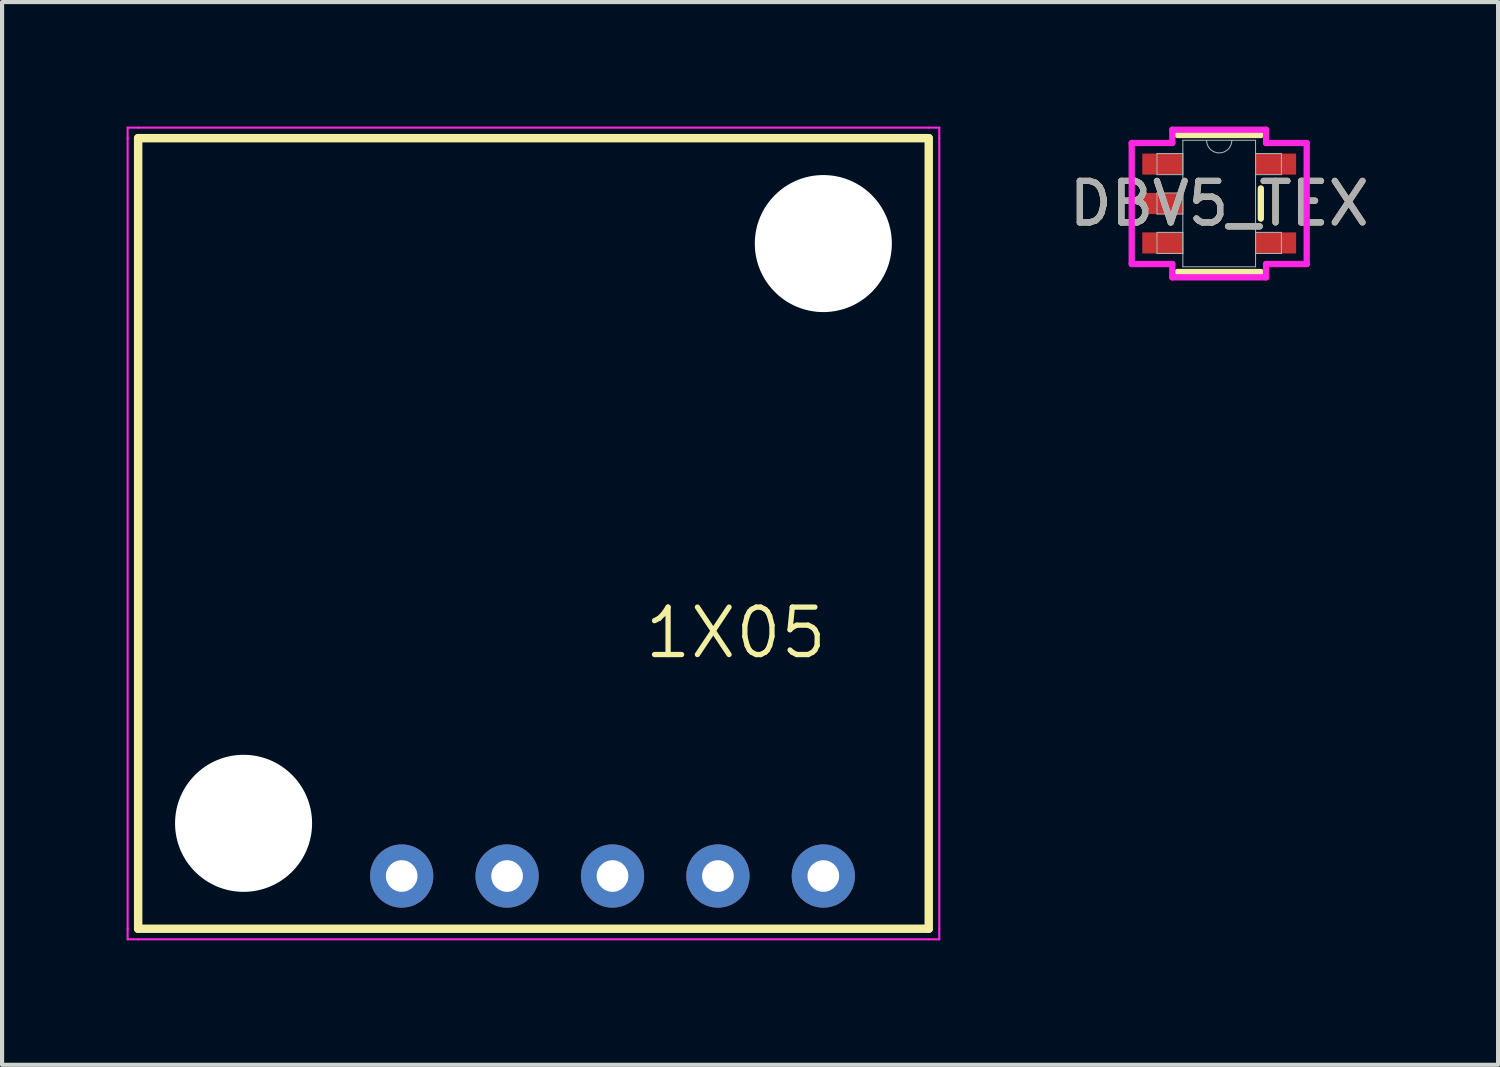
<source format=kicad_pcb>
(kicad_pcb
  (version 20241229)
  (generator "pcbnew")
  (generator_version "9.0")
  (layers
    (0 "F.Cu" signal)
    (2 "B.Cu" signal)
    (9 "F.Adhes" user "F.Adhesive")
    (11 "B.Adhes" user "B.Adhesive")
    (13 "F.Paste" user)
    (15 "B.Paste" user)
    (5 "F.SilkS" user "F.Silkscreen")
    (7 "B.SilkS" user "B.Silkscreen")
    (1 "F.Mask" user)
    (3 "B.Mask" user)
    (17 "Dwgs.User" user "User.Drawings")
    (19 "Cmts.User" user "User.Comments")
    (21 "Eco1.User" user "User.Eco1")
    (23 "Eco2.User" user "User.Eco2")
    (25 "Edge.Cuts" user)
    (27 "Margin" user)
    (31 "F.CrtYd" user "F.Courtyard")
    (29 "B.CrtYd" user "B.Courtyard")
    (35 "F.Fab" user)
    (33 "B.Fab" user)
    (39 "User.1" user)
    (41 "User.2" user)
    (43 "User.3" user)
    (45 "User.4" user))
  (footprint "1X05"
    (layer "F.Cu")
    (at 8.534 13.36)
    (property "Reference" "1X05" (at 3.886 -1.829 0) (layer "F.SilkS") (effects (font (size 1.143 1.143) (thickness 0.127)) (justify left top)))
    (fp_line (start -8.255 -13.081) (end 10.795 -13.081) (stroke (width 0.203) (type solid)) (layer "F.SilkS"))
    (fp_line (start -8.255 5.969) (end -8.255 -13.081) (stroke (width 0.203) (type solid)) (layer "F.SilkS"))
    (fp_line (start -8.255 5.969) (end 10.795 5.969) (stroke (width 0.203) (type solid)) (layer "F.SilkS"))
    (fp_line (start 10.795 5.969) (end 10.795 -13.081) (stroke (width 0.203) (type solid)) (layer "F.SilkS"))
    (fp_line (start -8.509 -13.335) (end -8.509 -13.081) (stroke (width 0.05) (type default)) (layer "F.CrtYd"))
    (fp_line (start -8.509 -13.081) (end -8.509 5.969) (stroke (width 0.05) (type default)) (layer "F.CrtYd"))
    (fp_line (start -8.509 5.969) (end -8.509 6.223) (stroke (width 0.05) (type default)) (layer "F.CrtYd"))
    (fp_line (start -8.509 6.223) (end -8.255 6.223) (stroke (width 0.05) (type default)) (layer "F.CrtYd"))
    (fp_line (start -8.255 -13.335) (end -8.509 -13.335) (stroke (width 0.05) (type default)) (layer "F.CrtYd"))
    (fp_line (start -8.255 6.223) (end 10.795 6.223) (stroke (width 0.05) (type default)) (layer "F.CrtYd"))
    (fp_line (start 10.795 -13.335) (end -8.255 -13.335) (stroke (width 0.05) (type default)) (layer "F.CrtYd"))
    (fp_line (start 10.795 -13.335) (end 11.049 -13.335) (stroke (width 0.05) (type default)) (layer "F.CrtYd"))
    (fp_line (start 11.049 -13.335) (end 11.049 -13.081) (stroke (width 0.05) (type default)) (layer "F.CrtYd"))
    (fp_line (start 11.049 -13.081) (end 11.049 5.969) (stroke (width 0.05) (type default)) (layer "F.CrtYd"))
    (fp_line (start 11.049 5.969) (end 11.049 6.223) (stroke (width 0.05) (type default)) (layer "F.CrtYd"))
    (fp_line (start 11.049 6.223) (end 10.795 6.223) (stroke (width 0.05) (type default)) (layer "F.CrtYd"))
    (pad "" np_thru_hole circle (at -5.715 3.429) (size 3.302 3.302) (drill 3.302) (layers "*.Cu" "*.Mask"))
    (pad "" np_thru_hole circle (at 8.255 -10.541) (size 3.302 3.302) (drill 3.302) (layers "*.Cu" "*.Mask"))
    (pad "1" thru_hole circle (at -1.905 4.699) (size 1.524 1.524) (drill 0.762) (layers "*.Cu" "*.Mask"))
    (pad "2" thru_hole circle (at 0.635 4.699) (size 1.524 1.524) (drill 0.762) (layers "*.Cu" "*.Mask"))
    (pad "3" thru_hole circle (at 3.175 4.699) (size 1.524 1.524) (drill 0.762) (layers "*.Cu" "*.Mask"))
    (pad "4" thru_hole circle (at 5.715 4.699) (size 1.524 1.524) (drill 0.762) (layers "*.Cu" "*.Mask"))
    (pad "5" thru_hole circle (at 8.255 4.699) (size 1.524 1.524) (drill 0.762) (layers "*.Cu" "*.Mask")))
  (footprint "DBV5_TEX"
    (layer "F.Cu")
    (at 26.328 1.854)
    (property "Reference" "DBV5_TEX" (at 0 0 0) (unlocked yes) (layer "F.SilkS") (effects (font (size 1 1) (thickness 0.15))))
    (attr smd)
    (fp_line (start -1.003 1.651) (end 1.003 1.651) (stroke (width 0.152) (type solid)) (layer "F.SilkS"))
    (fp_line (start 1.003 -1.651) (end -1.003 -1.651) (stroke (width 0.152) (type solid)) (layer "F.SilkS"))
    (fp_line (start 1.003 0.363) (end 1.003 -0.363) (stroke (width 0.152) (type solid)) (layer "F.SilkS"))
    (fp_line (start -2.108 -1.458) (end -1.13 -1.458) (stroke (width 0.152) (type solid)) (layer "F.CrtYd"))
    (fp_line (start -2.108 1.458) (end -2.108 -1.458) (stroke (width 0.152) (type solid)) (layer "F.CrtYd"))
    (fp_line (start -1.13 -1.778) (end 1.13 -1.778) (stroke (width 0.152) (type solid)) (layer "F.CrtYd"))
    (fp_line (start -1.13 -1.458) (end -1.13 -1.778) (stroke (width 0.152) (type solid)) (layer "F.CrtYd"))
    (fp_line (start -1.13 1.458) (end -2.108 1.458) (stroke (width 0.152) (type solid)) (layer "F.CrtYd"))
    (fp_line (start -1.13 1.778) (end -1.13 1.458) (stroke (width 0.152) (type solid)) (layer "F.CrtYd"))
    (fp_line (start 1.13 -1.778) (end 1.13 -1.458) (stroke (width 0.152) (type solid)) (layer "F.CrtYd"))
    (fp_line (start 1.13 -1.458) (end 2.108 -1.458) (stroke (width 0.152) (type solid)) (layer "F.CrtYd"))
    (fp_line (start 1.13 1.458) (end 1.13 1.778) (stroke (width 0.152) (type solid)) (layer "F.CrtYd"))
    (fp_line (start 1.13 1.778) (end -1.13 1.778) (stroke (width 0.152) (type solid)) (layer "F.CrtYd"))
    (fp_line (start 2.108 -1.458) (end 2.108 1.458) (stroke (width 0.152) (type solid)) (layer "F.CrtYd"))
    (fp_line (start 2.108 1.458) (end 1.13 1.458) (stroke (width 0.152) (type solid)) (layer "F.CrtYd"))
    (fp_line (start -1.499 -1.204) (end -1.499 -0.696) (stroke (width 0.025) (type solid)) (layer "F.Fab"))
    (fp_line (start -1.499 -0.696) (end -0.876 -0.696) (stroke (width 0.025) (type solid)) (layer "F.Fab"))
    (fp_line (start -1.499 -0.254) (end -1.499 0.254) (stroke (width 0.025) (type solid)) (layer "F.Fab"))
    (fp_line (start -1.499 0.254) (end -0.876 0.254) (stroke (width 0.025) (type solid)) (layer "F.Fab"))
    (fp_line (start -1.499 0.696) (end -1.499 1.204) (stroke (width 0.025) (type solid)) (layer "F.Fab"))
    (fp_line (start -1.499 1.204) (end -0.876 1.204) (stroke (width 0.025) (type solid)) (layer "F.Fab"))
    (fp_line (start -0.876 -1.524) (end -0.876 1.524) (stroke (width 0.025) (type solid)) (layer "F.Fab"))
    (fp_line (start -0.876 -1.204) (end -1.499 -1.204) (stroke (width 0.025) (type solid)) (layer "F.Fab"))
    (fp_line (start -0.876 -0.696) (end -0.876 -1.204) (stroke (width 0.025) (type solid)) (layer "F.Fab"))
    (fp_line (start -0.876 -0.254) (end -1.499 -0.254) (stroke (width 0.025) (type solid)) (layer "F.Fab"))
    (fp_line (start -0.876 0.254) (end -0.876 -0.254) (stroke (width 0.025) (type solid)) (layer "F.Fab"))
    (fp_line (start -0.876 0.696) (end -1.499 0.696) (stroke (width 0.025) (type solid)) (layer "F.Fab"))
    (fp_line (start -0.876 1.204) (end -0.876 0.696) (stroke (width 0.025) (type solid)) (layer "F.Fab"))
    (fp_line (start -0.876 1.524) (end 0.876 1.524) (stroke (width 0.025) (type solid)) (layer "F.Fab"))
    (fp_line (start 0.876 -1.524) (end -0.876 -1.524) (stroke (width 0.025) (type solid)) (layer "F.Fab"))
    (fp_line (start 0.876 -1.204) (end 0.876 -0.696) (stroke (width 0.025) (type solid)) (layer "F.Fab"))
    (fp_line (start 0.876 -0.696) (end 1.499 -0.696) (stroke (width 0.025) (type solid)) (layer "F.Fab"))
    (fp_line (start 0.876 0.696) (end 0.876 1.204) (stroke (width 0.025) (type solid)) (layer "F.Fab"))
    (fp_line (start 0.876 1.204) (end 1.499 1.204) (stroke (width 0.025) (type solid)) (layer "F.Fab"))
    (fp_line (start 0.876 1.524) (end 0.876 -1.524) (stroke (width 0.025) (type solid)) (layer "F.Fab"))
    (fp_line (start 1.499 -1.204) (end 0.876 -1.204) (stroke (width 0.025) (type solid)) (layer "F.Fab"))
    (fp_line (start 1.499 -0.696) (end 1.499 -1.204) (stroke (width 0.025) (type solid)) (layer "F.Fab"))
    (fp_line (start 1.499 0.696) (end 0.876 0.696) (stroke (width 0.025) (type solid)) (layer "F.Fab"))
    (fp_line (start 1.499 1.204) (end 1.499 0.696) (stroke (width 0.025) (type solid)) (layer "F.Fab"))
    (fp_arc (start 0.3048 -1.524) (mid 0 -1.2192) (end -0.3048 -1.524) (stroke (width 0.0254) (type solid)) (layer "F.Fab"))
    (fp_text user "${REFERENCE}" (at 0 0 0) (unlocked yes) (layer "F.Fab") (effects (font (size 1 1) (thickness 0.15))))
    (pad "1" smd rect (at -1.365 -0.95) (size 0.978 0.508) (layers "F.Cu" "F.Mask" "F.Paste"))
    (pad "2" smd rect (at -1.365 0) (size 0.978 0.508) (layers "F.Cu" "F.Mask" "F.Paste"))
    (pad "3" smd rect (at -1.365 0.95) (size 0.978 0.508) (layers "F.Cu" "F.Mask" "F.Paste"))
    (pad "4" smd rect (at 1.365 0.95) (size 0.978 0.508) (layers "F.Cu" "F.Mask" "F.Paste"))
    (pad "5" smd rect (at 1.365 -0.95) (size 0.978 0.508) (layers "F.Cu" "F.Mask" "F.Paste")))
  (gr_rect
    (start -3 -3)
    (end 33.048 22.608)
    (stroke (width 0.1) (type default))
    (fill no)
    (layer "Edge.Cuts")))
</source>
